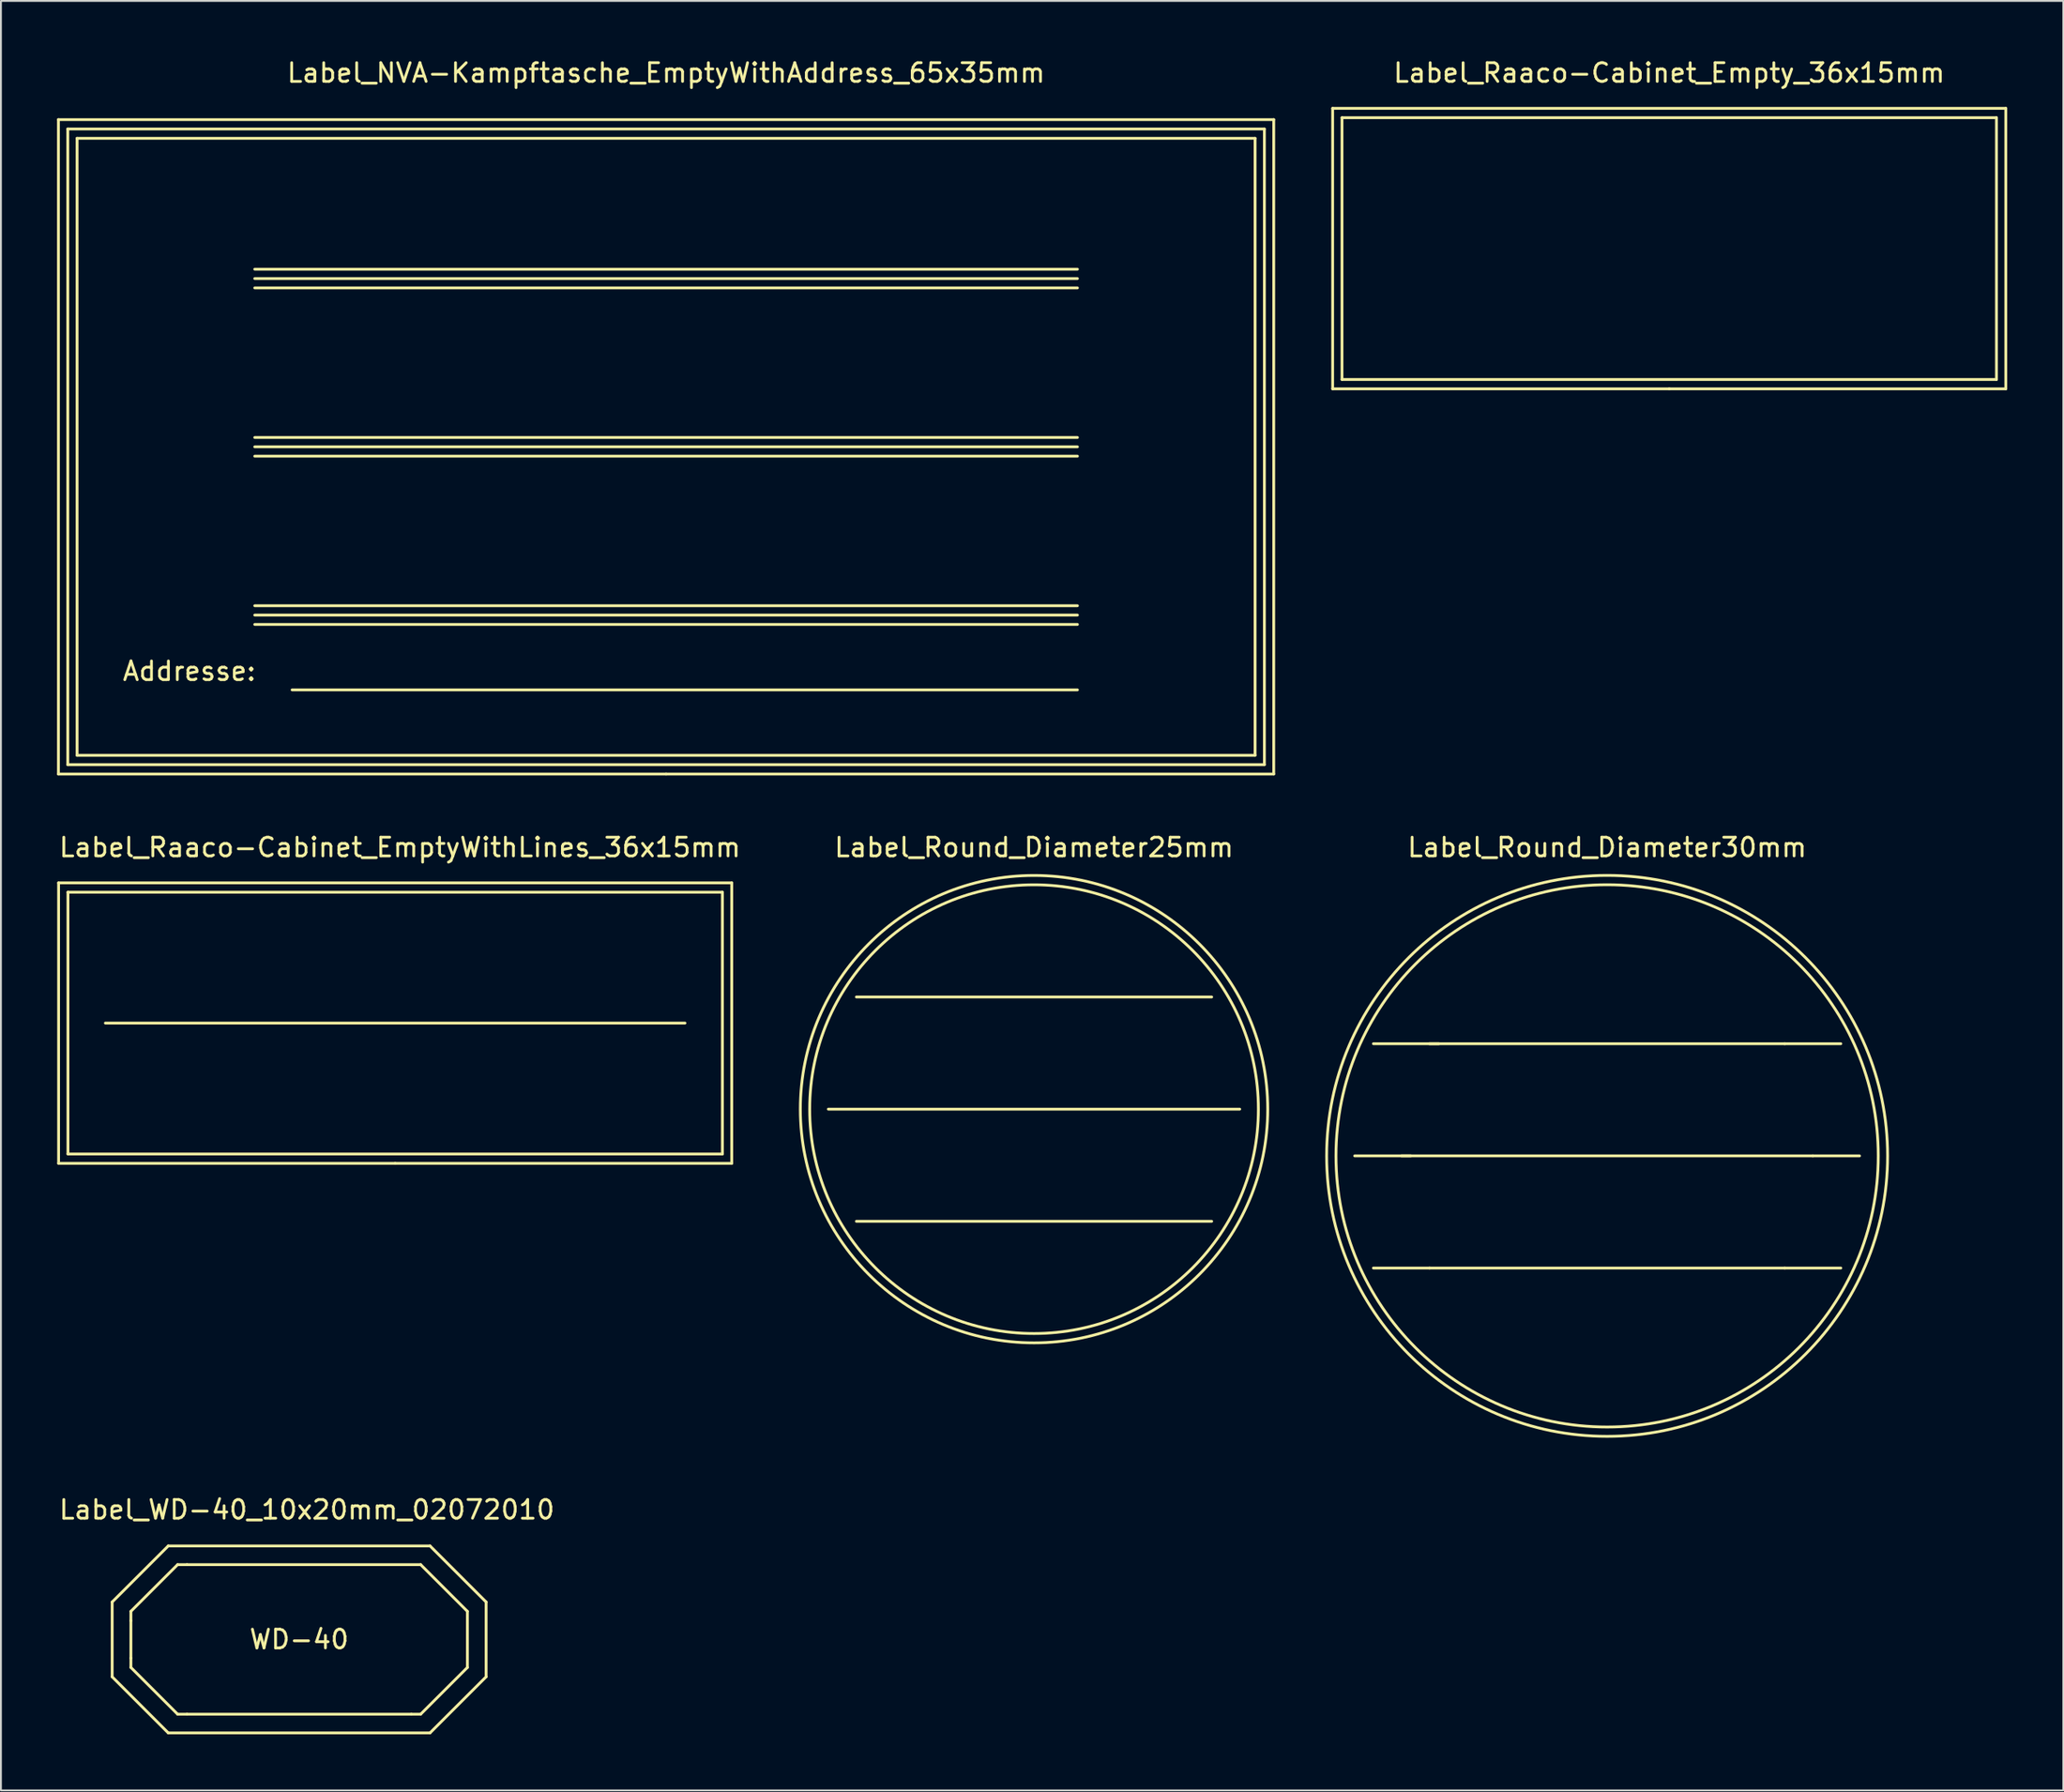
<source format=kicad_pcb>
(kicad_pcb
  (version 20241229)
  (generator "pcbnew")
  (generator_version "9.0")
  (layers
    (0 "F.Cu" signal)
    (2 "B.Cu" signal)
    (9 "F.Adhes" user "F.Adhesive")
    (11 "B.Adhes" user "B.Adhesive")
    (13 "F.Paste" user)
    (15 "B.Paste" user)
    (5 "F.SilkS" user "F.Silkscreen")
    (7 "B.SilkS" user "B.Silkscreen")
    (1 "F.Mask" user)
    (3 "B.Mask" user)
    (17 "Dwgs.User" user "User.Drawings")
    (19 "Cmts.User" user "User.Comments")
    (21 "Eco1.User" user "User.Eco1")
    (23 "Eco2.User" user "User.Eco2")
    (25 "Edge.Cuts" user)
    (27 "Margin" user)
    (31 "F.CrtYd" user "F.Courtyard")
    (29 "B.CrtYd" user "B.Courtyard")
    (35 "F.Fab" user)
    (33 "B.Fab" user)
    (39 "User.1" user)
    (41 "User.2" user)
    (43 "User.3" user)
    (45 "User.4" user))
  (footprint "Label_NVA-Kampftasche_EmptyWithAddress_65x35mm"
    (layer "F.Cu")
    (at 32.574 20.848)
    (property "Reference" "Label_NVA-Kampftasche_EmptyWithAddress_65x35mm" (at 0 -20 0) (layer "F.SilkS") (effects (font (size 1 1) (thickness 0.15))))
    (attr through_hole)
    (fp_line (start -32.499 -17.501) (end -32.499 17.501) (stroke (width 0.15) (type solid)) (layer "F.SilkS"))
    (fp_line (start -32.499 17.501) (end 0 17.501) (stroke (width 0.15) (type solid)) (layer "F.SilkS"))
    (fp_line (start -31.999 -17) (end 31.999 -17) (stroke (width 0.15) (type solid)) (layer "F.SilkS"))
    (fp_line (start -31.999 17) (end -31.999 -17) (stroke (width 0.15) (type solid)) (layer "F.SilkS"))
    (fp_line (start -31.501 -16.5) (end 31.501 -16.5) (stroke (width 0.15) (type solid)) (layer "F.SilkS"))
    (fp_line (start -31.501 16.5) (end -31.501 -16.5) (stroke (width 0.15) (type solid)) (layer "F.SilkS"))
    (fp_line (start -21.999 -8.999) (end 21.999 -8.999) (stroke (width 0.15) (type solid)) (layer "F.SilkS"))
    (fp_line (start -21.999 -8.499) (end 21.999 -8.499) (stroke (width 0.15) (type solid)) (layer "F.SilkS"))
    (fp_line (start -21.999 -0.5) (end 21.999 -0.5) (stroke (width 0.15) (type solid)) (layer "F.SilkS"))
    (fp_line (start -21.999 0) (end 21.999 0) (stroke (width 0.15) (type solid)) (layer "F.SilkS"))
    (fp_line (start -21.999 0.5) (end 21.999 0.5) (stroke (width 0.15) (type solid)) (layer "F.SilkS"))
    (fp_line (start -21.999 8.499) (end 21.999 8.499) (stroke (width 0.15) (type solid)) (layer "F.SilkS"))
    (fp_line (start -20 13) (end 21.999 13) (stroke (width 0.15) (type solid)) (layer "F.SilkS"))
    (fp_line (start 0 17.501) (end 32.499 17.501) (stroke (width 0.15) (type solid)) (layer "F.SilkS"))
    (fp_line (start 21.999 -9.5) (end -21.999 -9.5) (stroke (width 0.15) (type solid)) (layer "F.SilkS"))
    (fp_line (start 21.999 8.999) (end -21.999 8.999) (stroke (width 0.15) (type solid)) (layer "F.SilkS"))
    (fp_line (start 21.999 9.5) (end -21.999 9.5) (stroke (width 0.15) (type solid)) (layer "F.SilkS"))
    (fp_line (start 31.501 -16.5) (end 31.501 16.5) (stroke (width 0.15) (type solid)) (layer "F.SilkS"))
    (fp_line (start 31.501 16.5) (end -31.501 16.5) (stroke (width 0.15) (type solid)) (layer "F.SilkS"))
    (fp_line (start 31.999 -17) (end 31.999 17) (stroke (width 0.15) (type solid)) (layer "F.SilkS"))
    (fp_line (start 31.999 17) (end -31.999 17) (stroke (width 0.15) (type solid)) (layer "F.SilkS"))
    (fp_line (start 32.499 -17.501) (end -32.499 -17.501) (stroke (width 0.15) (type solid)) (layer "F.SilkS"))
    (fp_line (start 32.499 17.501) (end 32.499 -17.501) (stroke (width 0.15) (type solid)) (layer "F.SilkS"))
    (fp_text user "Addresse:" (at -25.499 11.999 0) (layer "F.SilkS") (effects (font (size 1 1) (thickness 0.15)))))
  (footprint "Label_Raaco-Cabinet_EmptyWithLines_36x15mm"
    (layer "F.Cu")
    (at 18.085 51.67)
    (property "Reference" "Label_Raaco-Cabinet_EmptyWithLines_36x15mm" (at 0.254 -9.398 0) (layer "F.SilkS") (effects (font (size 1 1) (thickness 0.15))))
    (attr through_hole)
    (fp_line (start -18.001 -7.501) (end -18.001 7.501) (stroke (width 0.15) (type solid)) (layer "F.SilkS"))
    (fp_line (start -18.001 7.501) (end 0 7.501) (stroke (width 0.15) (type solid)) (layer "F.SilkS"))
    (fp_line (start -17.501 -7) (end 17.501 -7) (stroke (width 0.15) (type solid)) (layer "F.SilkS"))
    (fp_line (start -17.501 7) (end -17.501 -7) (stroke (width 0.15) (type solid)) (layer "F.SilkS"))
    (fp_line (start -15.499 0) (end 15.499 0) (stroke (width 0.15) (type solid)) (layer "F.SilkS"))
    (fp_line (start 0 7.501) (end 18.001 7.501) (stroke (width 0.15) (type solid)) (layer "F.SilkS"))
    (fp_line (start 17.501 -7) (end 17.501 7) (stroke (width 0.15) (type solid)) (layer "F.SilkS"))
    (fp_line (start 17.501 7) (end -17.501 7) (stroke (width 0.15) (type solid)) (layer "F.SilkS"))
    (fp_line (start 18.001 -7.501) (end -18.001 -7.501) (stroke (width 0.15) (type solid)) (layer "F.SilkS"))
    (fp_line (start 18.001 7.501) (end 18.001 -7.501) (stroke (width 0.15) (type solid)) (layer "F.SilkS")))
  (footprint "Label_Round_Diameter25mm"
    (layer "F.Cu")
    (at 52.253 56.273)
    (property "Reference" "Label_Round_Diameter25mm" (at 0 -14 0) (layer "F.SilkS") (effects (font (size 1 1) (thickness 0.15))))
    (attr through_hole)
    (fp_line (start -11.001 0) (end 11.001 0) (stroke (width 0.15) (type solid)) (layer "F.SilkS"))
    (fp_line (start -9.5 5.999) (end 9.5 5.999) (stroke (width 0.15) (type solid)) (layer "F.SilkS"))
    (fp_line (start 9.5 -5.999) (end -9.5 -5.999) (stroke (width 0.15) (type solid)) (layer "F.SilkS"))
    (fp_circle (center 0 0) (end -11.999 0) (stroke (width 0.15) (type solid)) (fill no) (layer "F.SilkS"))
    (fp_circle (center 0 0) (end 12.499 0) (stroke (width 0.15) (type solid)) (fill no) (layer "F.SilkS")))
  (footprint "Label_WD-40_10x20mm_02072010"
    (layer "F.Cu")
    (at 13.363 84.808)
    (property "Reference" "Label_WD-40_10x20mm_02072010" (at 0 -7.112 0) (layer "F.SilkS") (effects (font (size 1 1) (thickness 0.15))))
    (attr through_hole)
    (fp_line (start -10.414 -2.174) (end -10.414 1.826) (stroke (width 0.15) (type solid)) (layer "F.SilkS"))
    (fp_line (start -10.414 -2.174) (end -7.414 -5.174) (stroke (width 0.15) (type solid)) (layer "F.SilkS"))
    (fp_line (start -10.414 1.826) (end -7.414 4.826) (stroke (width 0.15) (type solid)) (layer "F.SilkS"))
    (fp_line (start -9.413 -1.674) (end -6.914 -4.173) (stroke (width 0.15) (type solid)) (layer "F.SilkS"))
    (fp_line (start -9.413 -1.173) (end -9.413 -1.674) (stroke (width 0.15) (type solid)) (layer "F.SilkS"))
    (fp_line (start -9.413 -1.173) (end -9.413 0.826) (stroke (width 0.15) (type solid)) (layer "F.SilkS"))
    (fp_line (start -9.413 0.826) (end -9.413 1.326) (stroke (width 0.15) (type solid)) (layer "F.SilkS"))
    (fp_line (start -9.413 1.326) (end -6.914 3.825) (stroke (width 0.15) (type solid)) (layer "F.SilkS"))
    (fp_line (start -7.414 -5.174) (end 6.586 -5.174) (stroke (width 0.15) (type solid)) (layer "F.SilkS"))
    (fp_line (start -6.914 -4.173) (end -6.413 -4.173) (stroke (width 0.15) (type solid)) (layer "F.SilkS"))
    (fp_line (start -6.914 3.825) (end -6.413 3.825) (stroke (width 0.15) (type solid)) (layer "F.SilkS"))
    (fp_line (start -6.413 3.825) (end 5.585 3.825) (stroke (width 0.15) (type solid)) (layer "F.SilkS"))
    (fp_line (start 6.086 -4.173) (end -6.413 -4.173) (stroke (width 0.15) (type solid)) (layer "F.SilkS"))
    (fp_line (start 6.086 3.825) (end 5.585 3.825) (stroke (width 0.15) (type solid)) (layer "F.SilkS"))
    (fp_line (start 6.586 4.826) (end -7.414 4.826) (stroke (width 0.15) (type solid)) (layer "F.SilkS"))
    (fp_line (start 6.586 4.826) (end 9.586 1.826) (stroke (width 0.15) (type solid)) (layer "F.SilkS"))
    (fp_line (start 8.585 -1.674) (end 6.086 -4.173) (stroke (width 0.15) (type solid)) (layer "F.SilkS"))
    (fp_line (start 8.585 -1.674) (end 8.585 1.326) (stroke (width 0.15) (type solid)) (layer "F.SilkS"))
    (fp_line (start 8.585 1.326) (end 6.086 3.825) (stroke (width 0.15) (type solid)) (layer "F.SilkS"))
    (fp_line (start 9.586 -2.174) (end 6.586 -5.174) (stroke (width 0.15) (type solid)) (layer "F.SilkS"))
    (fp_line (start 9.586 -2.174) (end 9.586 1.826) (stroke (width 0.15) (type solid)) (layer "F.SilkS"))
    (fp_text user "WD-40" (at -0.414 -0.175 0) (layer "F.SilkS") (effects (font (size 1 1) (thickness 0.15)))))
  (footprint "Label_Raaco-Cabinet_Empty_36x15mm"
    (layer "F.Cu")
    (at 86.225 10.246)
    (property "Reference" "Label_Raaco-Cabinet_Empty_36x15mm" (at 0 -9.398 0) (layer "F.SilkS") (effects (font (size 1 1) (thickness 0.15))))
    (attr through_hole)
    (fp_line (start -18.001 -7.501) (end -18.001 7.501) (stroke (width 0.15) (type solid)) (layer "F.SilkS"))
    (fp_line (start -18.001 7.501) (end 0 7.501) (stroke (width 0.15) (type solid)) (layer "F.SilkS"))
    (fp_line (start -17.501 -7) (end 17.501 -7) (stroke (width 0.15) (type solid)) (layer "F.SilkS"))
    (fp_line (start -17.501 7) (end -17.501 -7) (stroke (width 0.15) (type solid)) (layer "F.SilkS"))
    (fp_line (start 0 7.501) (end 18.001 7.501) (stroke (width 0.15) (type solid)) (layer "F.SilkS"))
    (fp_line (start 17.501 -7) (end 17.501 7) (stroke (width 0.15) (type solid)) (layer "F.SilkS"))
    (fp_line (start 17.501 7) (end -17.501 7) (stroke (width 0.15) (type solid)) (layer "F.SilkS"))
    (fp_line (start 18.001 -7.501) (end -18.001 -7.501) (stroke (width 0.15) (type solid)) (layer "F.SilkS"))
    (fp_line (start 18.001 7.501) (end 18.001 -7.501) (stroke (width 0.15) (type solid)) (layer "F.SilkS")))
  (footprint "Label_Round_Diameter30mm"
    (layer "F.Cu")
    (at 82.903 58.772)
    (property "Reference" "Label_Round_Diameter30mm" (at 0 -16.5 0) (layer "F.SilkS") (effects (font (size 1 1) (thickness 0.15))))
    (attr through_hole)
    (fp_line (start -11.001 0) (end 11.001 0) (stroke (width 0.15) (type solid)) (layer "F.SilkS"))
    (fp_line (start -10.5 0) (end -13.5 0) (stroke (width 0.15) (type solid)) (layer "F.SilkS"))
    (fp_line (start -9.5 5.999) (end -12.499 5.999) (stroke (width 0.15) (type solid)) (layer "F.SilkS"))
    (fp_line (start -9.5 5.999) (end 9.5 5.999) (stroke (width 0.15) (type solid)) (layer "F.SilkS"))
    (fp_line (start -8.999 -5.999) (end -12.499 -5.999) (stroke (width 0.15) (type solid)) (layer "F.SilkS"))
    (fp_line (start 9.5 -5.999) (end -9.5 -5.999) (stroke (width 0.15) (type solid)) (layer "F.SilkS"))
    (fp_line (start 9.5 -5.999) (end 12.499 -5.999) (stroke (width 0.15) (type solid)) (layer "F.SilkS"))
    (fp_line (start 9.5 5.999) (end 12.499 5.999) (stroke (width 0.15) (type solid)) (layer "F.SilkS"))
    (fp_line (start 11.001 0) (end 13.5 0) (stroke (width 0.15) (type solid)) (layer "F.SilkS"))
    (fp_circle (center 0 0) (end 14.501 0) (stroke (width 0.15) (type solid)) (fill no) (layer "F.SilkS"))
    (fp_circle (center 0 0) (end 15.001 0) (stroke (width 0.15) (type solid)) (fill no) (layer "F.SilkS")))
  (gr_rect
    (start -3 -3)
    (end 107.301 92.709)
    (stroke (width 0.1) (type default))
    (fill no)
    (layer "Edge.Cuts")))
</source>
